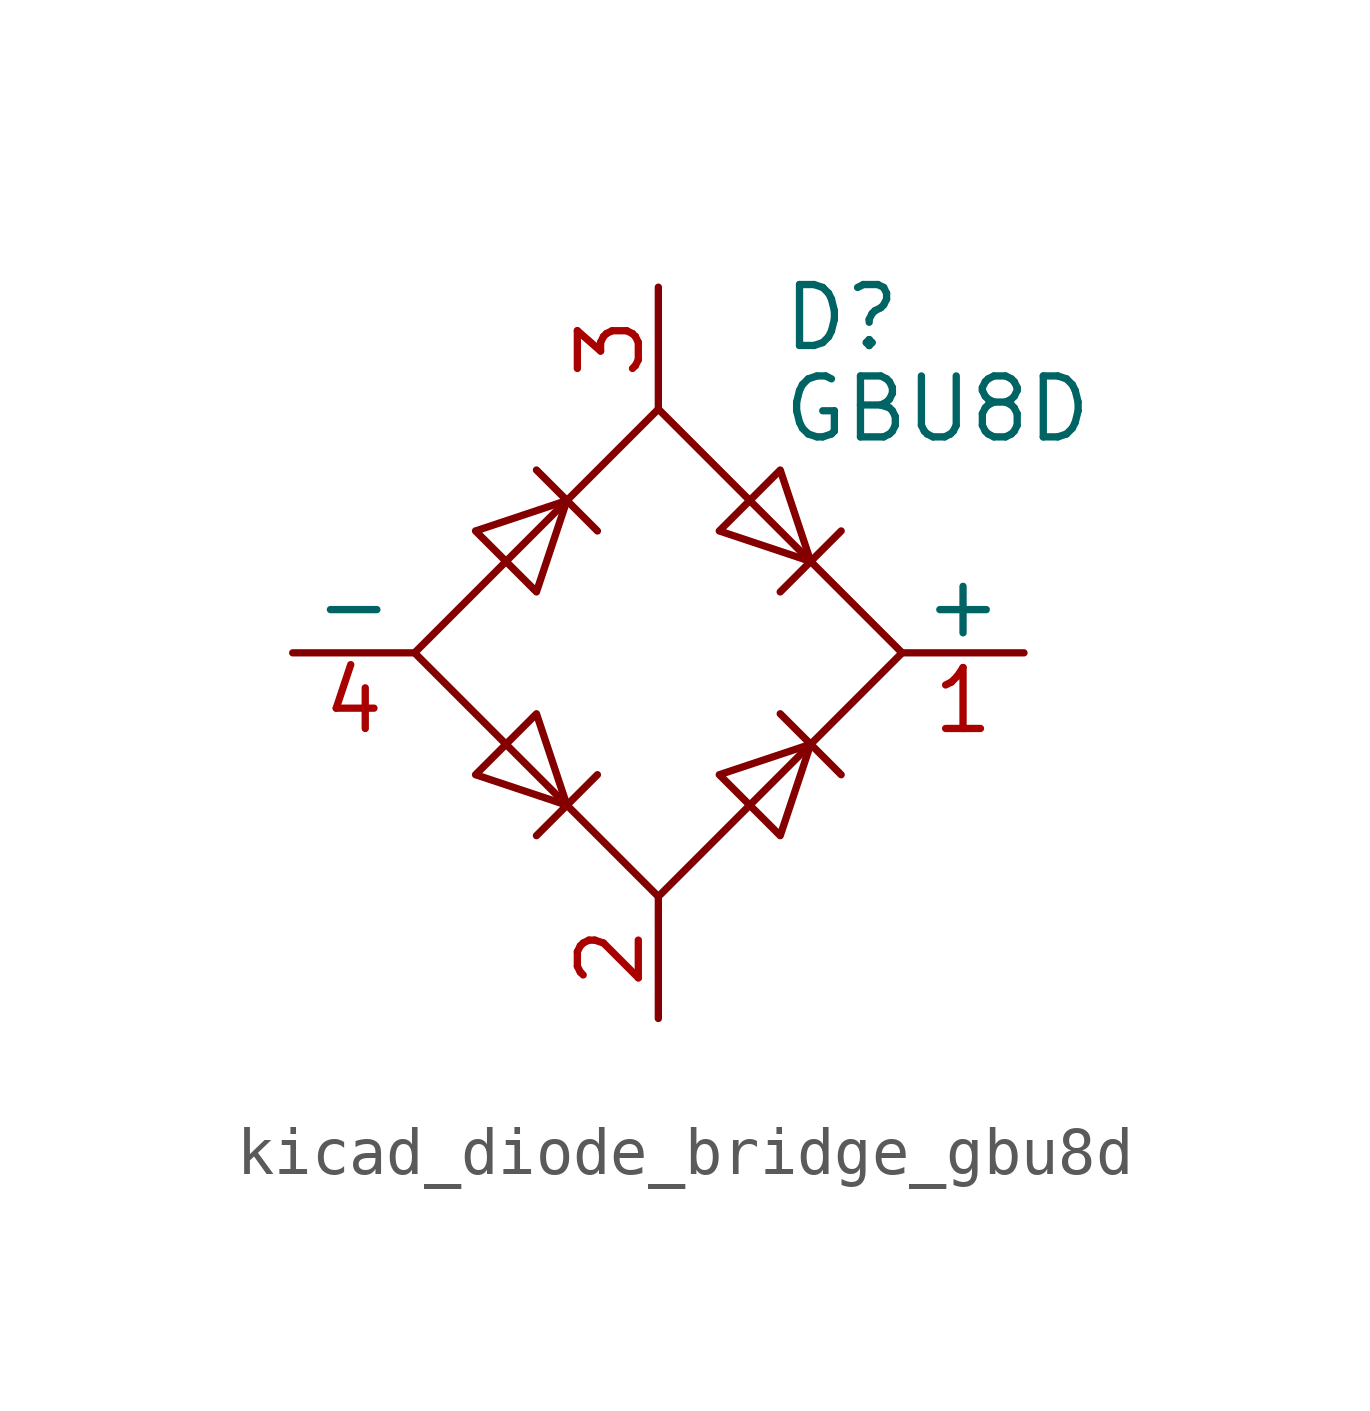
<source format=kicad_sym>
(kicad_symbol_lib
  (version 20220914)
  (generator kicad_symbol_editor)
  (symbol "kicad_diode_bridge_gbu8d"
    (pin_names
      (offset 0))
    (property "Reference" "D"
      (at 2.54 6.985 0)
      (effects (font (size 1.27 1.27)) (justify left)))
    (property "Value" "GBU8D"
      (at 2.54 5.08 0)
      (effects (font (size 1.27 1.27)) (justify left)))
    (symbol "kicad_diode_bridge_gbu8d_0_1"
      (polyline (pts (xy -2.54 3.81) (xy -1.27 2.54)) (stroke (width 0) (type default)) (fill (type none)))
      (polyline (pts (xy -1.27 -2.54) (xy -2.54 -3.81)) (stroke (width 0) (type default)) (fill (type none)))
      (polyline (pts (xy 2.54 -1.27) (xy 3.81 -2.54)) (stroke (width 0) (type default)) (fill (type none)))
      (polyline (pts (xy 2.54 1.27) (xy 3.81 2.54)) (stroke (width 0) (type default)) (fill (type none)))
      (polyline (pts (xy -3.81 2.54) (xy -2.54 1.27) (xy -1.905 3.175) (xy -3.81 2.54)) (stroke (width 0) (type default)) (fill (type none)))
      (polyline (pts (xy -2.54 -1.27) (xy -3.81 -2.54) (xy -1.905 -3.175) (xy -2.54 -1.27)) (stroke (width 0) (type default)) (fill (type none)))
      (polyline (pts (xy 1.27 2.54) (xy 2.54 3.81) (xy 3.175 1.905) (xy 1.27 2.54)) (stroke (width 0) (type default)) (fill (type none)))
      (polyline (pts (xy 3.175 -1.905) (xy 1.27 -2.54) (xy 2.54 -3.81) (xy 3.175 -1.905)) (stroke (width 0) (type default)) (fill (type none)))
      (polyline (pts (xy -5.08 0) (xy 0 -5.08) (xy 5.08 0) (xy 0 5.08) (xy -5.08 0)) (stroke (width 0) (type default)) (fill (type none))))
    (symbol "kicad_diode_bridge_gbu8d_1_1"
      (pin passive line (at 7.62 0 180) (length 2.54) (name "+" (effects (font (size 1.27 1.27)))) (number "1" (effects (font (size 1.27 1.27)))))
      (pin passive line (at 0 -7.62 90) (length 2.54) (name "~" (effects (font (size 1.27 1.27)))) (number "2" (effects (font (size 1.27 1.27)))))
      (pin passive line (at 0 7.62 270) (length 2.54) (name "~" (effects (font (size 1.27 1.27)))) (number "3" (effects (font (size 1.27 1.27)))))
      (pin passive line (at -7.62 0 0) (length 2.54) (name "-" (effects (font (size 1.27 1.27)))) (number "4" (effects (font (size 1.27 1.27))))))))
</source>
